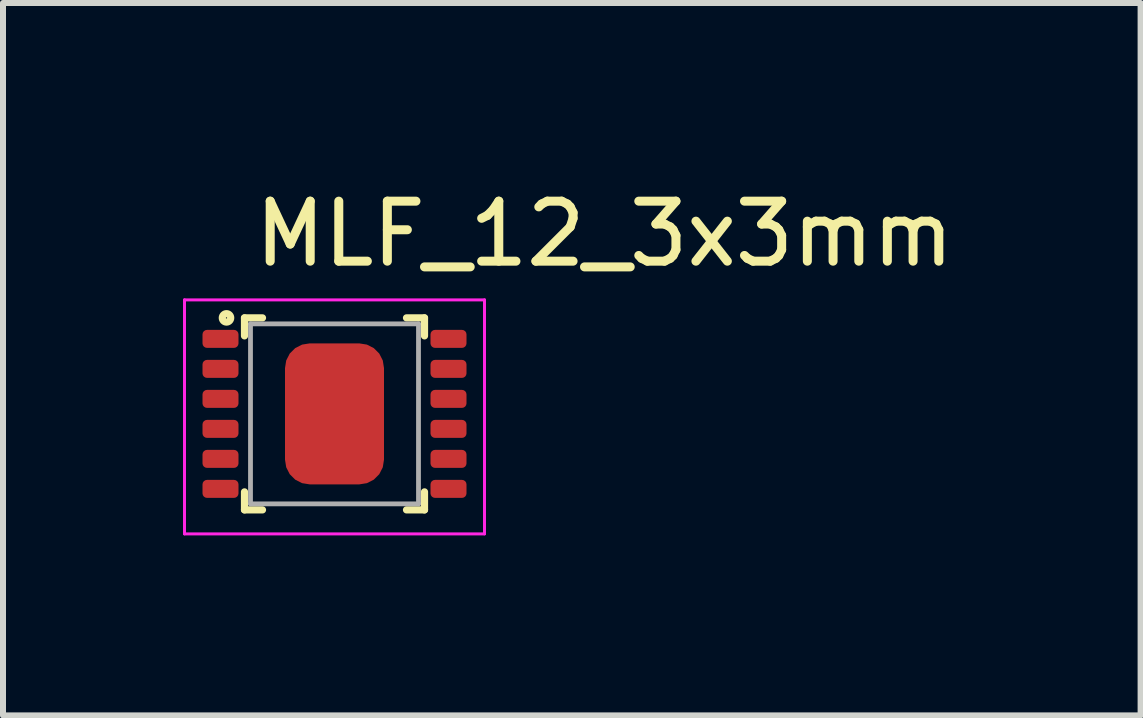
<source format=kicad_pcb>
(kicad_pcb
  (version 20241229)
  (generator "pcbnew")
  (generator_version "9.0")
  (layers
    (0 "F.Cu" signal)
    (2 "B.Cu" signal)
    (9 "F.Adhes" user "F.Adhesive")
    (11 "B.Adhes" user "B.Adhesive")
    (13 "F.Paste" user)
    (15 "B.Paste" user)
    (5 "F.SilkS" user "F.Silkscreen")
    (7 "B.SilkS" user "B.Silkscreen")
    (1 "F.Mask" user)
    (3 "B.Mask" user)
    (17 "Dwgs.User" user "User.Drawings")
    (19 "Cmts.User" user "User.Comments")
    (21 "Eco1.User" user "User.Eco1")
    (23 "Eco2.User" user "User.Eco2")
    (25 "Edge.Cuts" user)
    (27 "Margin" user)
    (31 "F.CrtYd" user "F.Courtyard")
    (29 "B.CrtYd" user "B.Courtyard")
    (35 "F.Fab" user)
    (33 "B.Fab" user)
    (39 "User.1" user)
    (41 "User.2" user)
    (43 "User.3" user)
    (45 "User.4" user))
  (footprint "MLF_12_3x3mm"
    (layer "F.Cu")
    (at 7.025 0.348)
    (property "Reference" "MLF_12_3x3mm" (at 0 0.5 0) (layer "F.SilkS") (effects (font (size 1 1) (thickness 0.15))))
    (attr through_hole)
    (fp_line (start -6 1.9) (end -6 2.2) (stroke (width 0.12) (type solid)) (layer "F.SilkS"))
    (fp_line (start -6 1.9) (end -5.7 1.9) (stroke (width 0.12) (type solid)) (layer "F.SilkS"))
    (fp_line (start -6 5.1) (end -6 4.8) (stroke (width 0.12) (type solid)) (layer "F.SilkS"))
    (fp_line (start -6 5.1) (end -5.7 5.1) (stroke (width 0.12) (type solid)) (layer "F.SilkS"))
    (fp_line (start -3 1.9) (end -3.3 1.9) (stroke (width 0.12) (type solid)) (layer "F.SilkS"))
    (fp_line (start -3 1.9) (end -3 2.2) (stroke (width 0.12) (type solid)) (layer "F.SilkS"))
    (fp_line (start -3 5.1) (end -3.3 5.1) (stroke (width 0.12) (type solid)) (layer "F.SilkS"))
    (fp_line (start -3 5.1) (end -3 4.8) (stroke (width 0.12) (type solid)) (layer "F.SilkS"))
    (fp_circle (center -6.3 1.9) (end -6.29 1.9) (stroke (width 0.12) (type solid)) (fill no) (layer "F.SilkS"))
    (fp_line (start -7 1.6) (end -7 5.5) (stroke (width 0.05) (type solid)) (layer "F.CrtYd"))
    (fp_line (start -7 5.5) (end -2 5.5) (stroke (width 0.05) (type solid)) (layer "F.CrtYd"))
    (fp_line (start -2 1.6) (end -7 1.6) (stroke (width 0.05) (type solid)) (layer "F.CrtYd"))
    (fp_line (start -2 5.5) (end -2 1.6) (stroke (width 0.05) (type solid)) (layer "F.CrtYd"))
    (fp_line (start -5.9 2) (end -5.9 5) (stroke (width 0.08) (type solid)) (layer "F.Fab"))
    (fp_line (start -5.9 5) (end -3.1 5) (stroke (width 0.08) (type solid)) (layer "F.Fab"))
    (fp_line (start -3.1 2) (end -5.9 2) (stroke (width 0.08) (type solid)) (layer "F.Fab"))
    (fp_line (start -3.1 5) (end -3.1 2) (stroke (width 0.08) (type solid)) (layer "F.Fab"))
    (pad "1" smd roundrect (at -6.4 2.25 90) (size 0.3 0.6) (layers "F.Cu" "F.Mask" "F.Paste") (roundrect_rratio 0.25))
    (pad "2" smd roundrect (at -6.4 2.75 90) (size 0.3 0.6) (layers "F.Cu" "F.Mask" "F.Paste") (roundrect_rratio 0.25))
    (pad "3" smd roundrect (at -6.4 3.25 90) (size 0.3 0.6) (layers "F.Cu" "F.Mask" "F.Paste") (roundrect_rratio 0.25))
    (pad "4" smd roundrect (at -6.4 3.75 90) (size 0.3 0.6) (layers "F.Cu" "F.Mask" "F.Paste") (roundrect_rratio 0.25))
    (pad "5" smd roundrect (at -6.4 4.25 90) (size 0.3 0.6) (layers "F.Cu" "F.Mask" "F.Paste") (roundrect_rratio 0.25))
    (pad "6" smd roundrect (at -6.4 4.75 90) (size 0.3 0.6) (layers "F.Cu" "F.Mask" "F.Paste") (roundrect_rratio 0.25))
    (pad "7" smd roundrect (at -2.6 4.75 270) (size 0.3 0.6) (layers "F.Cu" "F.Mask" "F.Paste") (roundrect_rratio 0.25))
    (pad "8" smd roundrect (at -2.6 4.25 90) (size 0.3 0.6) (layers "F.Cu" "F.Mask" "F.Paste") (roundrect_rratio 0.25))
    (pad "9" smd roundrect (at -2.6 3.75 90) (size 0.3 0.6) (layers "F.Cu" "F.Mask" "F.Paste") (roundrect_rratio 0.25))
    (pad "10" smd roundrect (at -2.6 3.25 90) (size 0.3 0.6) (layers "F.Cu" "F.Mask" "F.Paste") (roundrect_rratio 0.25))
    (pad "11" smd roundrect (at -2.6 2.75 90) (size 0.3 0.6) (layers "F.Cu" "F.Mask" "F.Paste") (roundrect_rratio 0.25))
    (pad "12" smd roundrect (at -2.6 2.25 90) (size 0.3 0.6) (layers "F.Cu" "F.Mask" "F.Paste") (roundrect_rratio 0.25))
    (pad "13" smd roundrect (at -4.5 3.5) (size 1.65 2.35) (layers "F.Cu" "F.Mask" "F.Paste") (roundrect_rratio 0.25)))
  (gr_rect
    (start -3 -3)
    (end 15.96 8.873)
    (stroke (width 0.1) (type default))
    (fill no)
    (layer "Edge.Cuts")))
</source>
